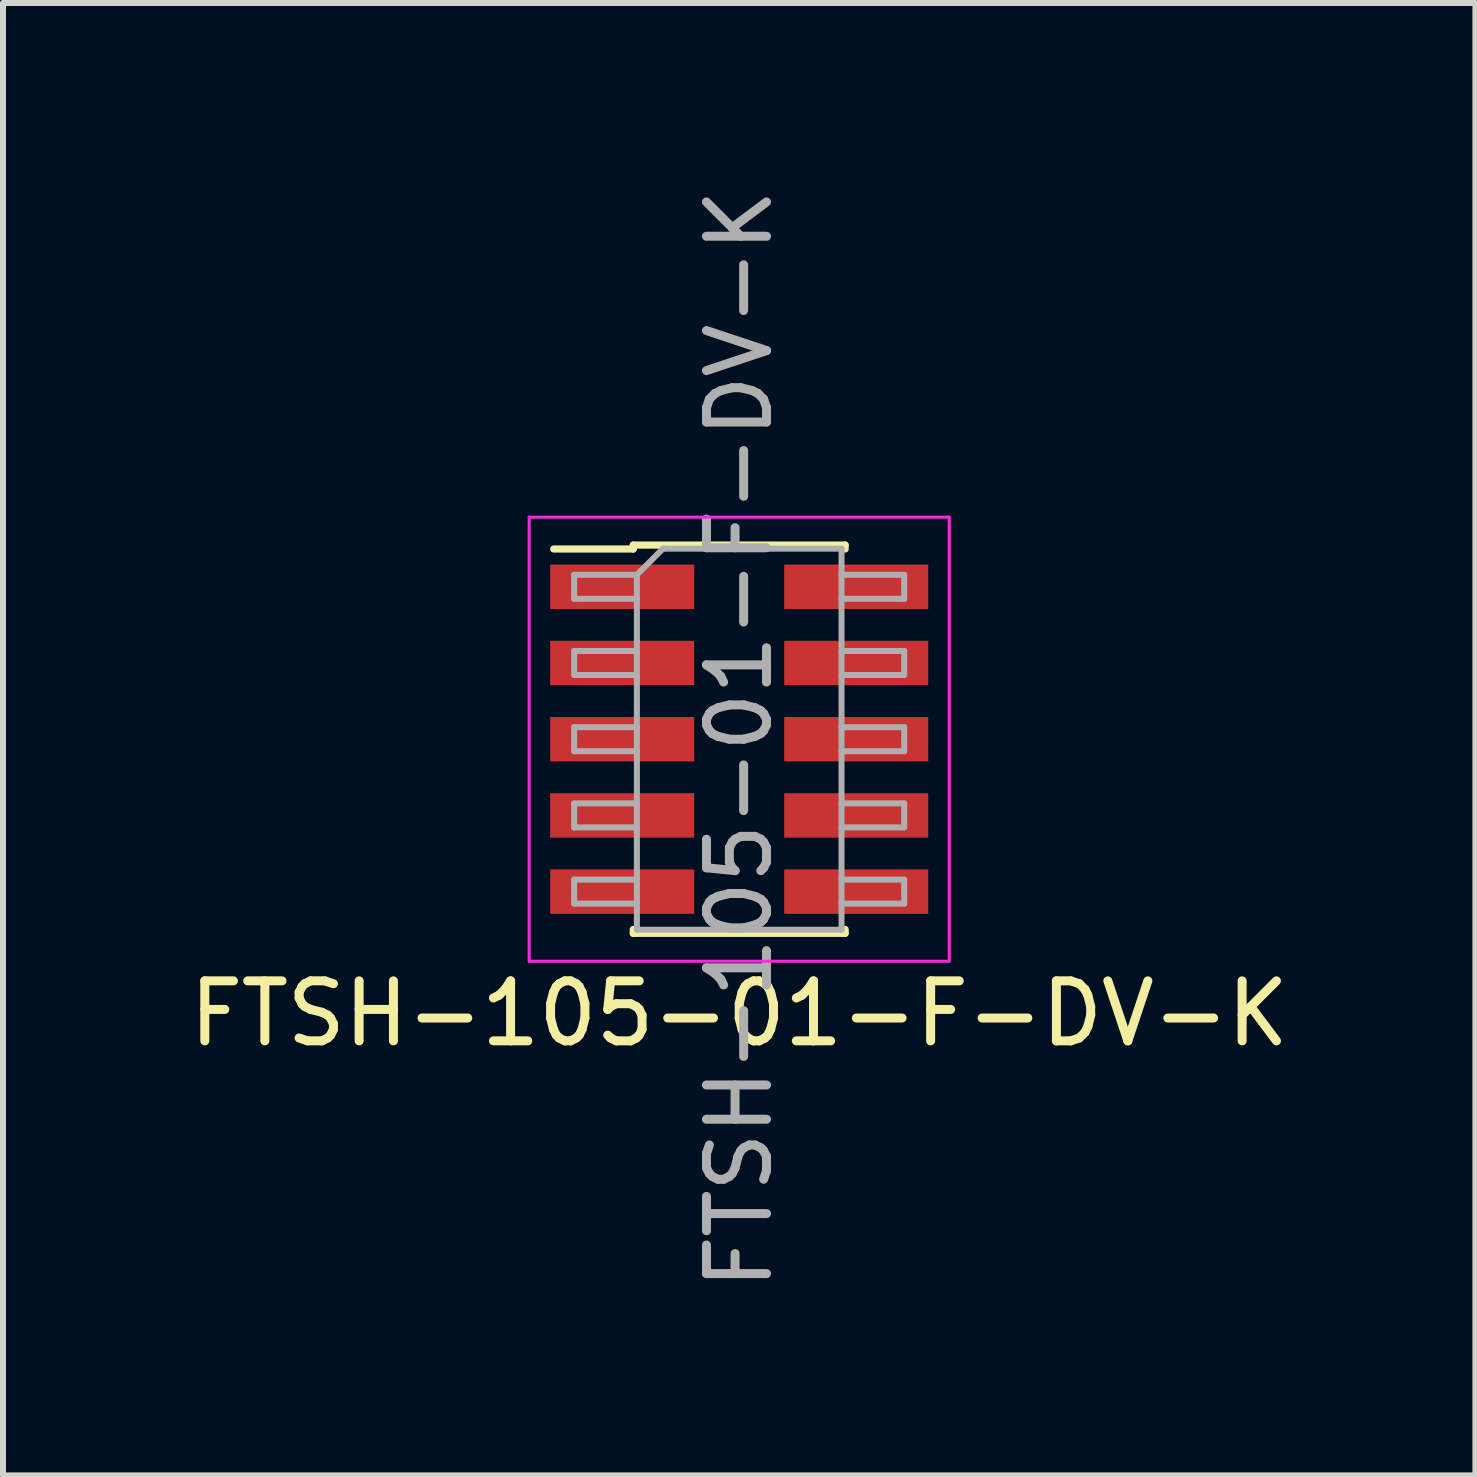
<source format=kicad_pcb>
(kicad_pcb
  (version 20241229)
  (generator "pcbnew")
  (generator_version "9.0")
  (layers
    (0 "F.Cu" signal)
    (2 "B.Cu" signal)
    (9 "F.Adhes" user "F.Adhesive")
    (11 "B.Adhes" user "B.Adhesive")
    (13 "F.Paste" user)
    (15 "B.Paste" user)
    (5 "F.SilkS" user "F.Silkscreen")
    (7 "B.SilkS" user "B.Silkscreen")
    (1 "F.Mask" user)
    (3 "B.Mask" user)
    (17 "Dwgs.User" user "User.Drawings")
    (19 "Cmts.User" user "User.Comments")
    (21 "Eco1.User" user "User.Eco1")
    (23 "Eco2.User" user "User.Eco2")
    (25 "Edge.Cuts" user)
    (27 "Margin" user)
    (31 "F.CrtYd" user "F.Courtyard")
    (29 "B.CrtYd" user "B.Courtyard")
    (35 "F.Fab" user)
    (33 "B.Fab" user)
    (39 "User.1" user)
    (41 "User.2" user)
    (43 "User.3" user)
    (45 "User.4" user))
  (footprint "FTSH-105-01-F-DV-K"
    (layer "F.Cu")
    (at 9.268 9.268)
    (property "Reference" "FTSH-105-01-F-DV-K" (at 0 4.572 0) (unlocked yes) (layer "F.SilkS") (effects (font (size 1 1) (thickness 0.15))))
    (attr smd)
    (fp_line (start -3.09 -3.17) (end -1.765 -3.17) (stroke (width 0.12) (type solid)) (layer "F.SilkS"))
    (fp_line (start -1.765 -3.235) (end -1.765 -3.17) (stroke (width 0.12) (type solid)) (layer "F.SilkS"))
    (fp_line (start -1.765 -3.235) (end 1.765 -3.235) (stroke (width 0.12) (type solid)) (layer "F.SilkS"))
    (fp_line (start -1.765 3.17) (end -1.765 3.235) (stroke (width 0.12) (type solid)) (layer "F.SilkS"))
    (fp_line (start -1.765 3.235) (end 1.765 3.235) (stroke (width 0.12) (type solid)) (layer "F.SilkS"))
    (fp_line (start 1.765 -3.235) (end 1.765 -3.17) (stroke (width 0.12) (type solid)) (layer "F.SilkS"))
    (fp_line (start 1.765 3.17) (end 1.765 3.235) (stroke (width 0.12) (type solid)) (layer "F.SilkS"))
    (fp_line (start -3.5 -3.7) (end -3.5 3.7) (stroke (width 0.05) (type solid)) (layer "F.CrtYd"))
    (fp_line (start -3.5 3.7) (end 3.5 3.7) (stroke (width 0.05) (type solid)) (layer "F.CrtYd"))
    (fp_line (start 3.5 -3.7) (end -3.5 -3.7) (stroke (width 0.05) (type solid)) (layer "F.CrtYd"))
    (fp_line (start 3.5 3.7) (end 3.5 -3.7) (stroke (width 0.05) (type solid)) (layer "F.CrtYd"))
    (fp_line (start -2.75 -2.74) (end -2.75 -2.34) (stroke (width 0.1) (type solid)) (layer "F.Fab"))
    (fp_line (start -2.75 -2.34) (end -1.705 -2.34) (stroke (width 0.1) (type solid)) (layer "F.Fab"))
    (fp_line (start -2.75 -1.47) (end -2.75 -1.07) (stroke (width 0.1) (type solid)) (layer "F.Fab"))
    (fp_line (start -2.75 -1.07) (end -1.705 -1.07) (stroke (width 0.1) (type solid)) (layer "F.Fab"))
    (fp_line (start -2.75 -0.2) (end -2.75 0.2) (stroke (width 0.1) (type solid)) (layer "F.Fab"))
    (fp_line (start -2.75 0.2) (end -1.705 0.2) (stroke (width 0.1) (type solid)) (layer "F.Fab"))
    (fp_line (start -2.75 1.07) (end -2.75 1.47) (stroke (width 0.1) (type solid)) (layer "F.Fab"))
    (fp_line (start -2.75 1.47) (end -1.705 1.47) (stroke (width 0.1) (type solid)) (layer "F.Fab"))
    (fp_line (start -2.75 2.34) (end -2.75 2.74) (stroke (width 0.1) (type solid)) (layer "F.Fab"))
    (fp_line (start -2.75 2.74) (end -1.705 2.74) (stroke (width 0.1) (type solid)) (layer "F.Fab"))
    (fp_line (start -1.705 -2.74) (end -2.75 -2.74) (stroke (width 0.1) (type solid)) (layer "F.Fab"))
    (fp_line (start -1.705 -2.74) (end -1.27 -3.175) (stroke (width 0.1) (type solid)) (layer "F.Fab"))
    (fp_line (start -1.705 -1.47) (end -2.75 -1.47) (stroke (width 0.1) (type solid)) (layer "F.Fab"))
    (fp_line (start -1.705 -0.2) (end -2.75 -0.2) (stroke (width 0.1) (type solid)) (layer "F.Fab"))
    (fp_line (start -1.705 1.07) (end -2.75 1.07) (stroke (width 0.1) (type solid)) (layer "F.Fab"))
    (fp_line (start -1.705 2.34) (end -2.75 2.34) (stroke (width 0.1) (type solid)) (layer "F.Fab"))
    (fp_line (start -1.705 3.175) (end -1.705 -2.74) (stroke (width 0.1) (type solid)) (layer "F.Fab"))
    (fp_line (start -1.27 -3.175) (end 1.705 -3.175) (stroke (width 0.1) (type solid)) (layer "F.Fab"))
    (fp_line (start 1.705 -3.175) (end 1.705 3.175) (stroke (width 0.1) (type solid)) (layer "F.Fab"))
    (fp_line (start 1.705 -2.74) (end 2.75 -2.74) (stroke (width 0.1) (type solid)) (layer "F.Fab"))
    (fp_line (start 1.705 -1.47) (end 2.75 -1.47) (stroke (width 0.1) (type solid)) (layer "F.Fab"))
    (fp_line (start 1.705 -0.2) (end 2.75 -0.2) (stroke (width 0.1) (type solid)) (layer "F.Fab"))
    (fp_line (start 1.705 1.07) (end 2.75 1.07) (stroke (width 0.1) (type solid)) (layer "F.Fab"))
    (fp_line (start 1.705 2.34) (end 2.75 2.34) (stroke (width 0.1) (type solid)) (layer "F.Fab"))
    (fp_line (start 1.705 3.175) (end -1.705 3.175) (stroke (width 0.1) (type solid)) (layer "F.Fab"))
    (fp_line (start 2.75 -2.74) (end 2.75 -2.34) (stroke (width 0.1) (type solid)) (layer "F.Fab"))
    (fp_line (start 2.75 -2.34) (end 1.705 -2.34) (stroke (width 0.1) (type solid)) (layer "F.Fab"))
    (fp_line (start 2.75 -1.47) (end 2.75 -1.07) (stroke (width 0.1) (type solid)) (layer "F.Fab"))
    (fp_line (start 2.75 -1.07) (end 1.705 -1.07) (stroke (width 0.1) (type solid)) (layer "F.Fab"))
    (fp_line (start 2.75 -0.2) (end 2.75 0.2) (stroke (width 0.1) (type solid)) (layer "F.Fab"))
    (fp_line (start 2.75 0.2) (end 1.705 0.2) (stroke (width 0.1) (type solid)) (layer "F.Fab"))
    (fp_line (start 2.75 1.07) (end 2.75 1.47) (stroke (width 0.1) (type solid)) (layer "F.Fab"))
    (fp_line (start 2.75 1.47) (end 1.705 1.47) (stroke (width 0.1) (type solid)) (layer "F.Fab"))
    (fp_line (start 2.75 2.34) (end 2.75 2.74) (stroke (width 0.1) (type solid)) (layer "F.Fab"))
    (fp_line (start 2.75 2.74) (end 1.705 2.74) (stroke (width 0.1) (type solid)) (layer "F.Fab"))
    (fp_text user "${REFERENCE}" (at 0 0 90) (layer "F.Fab") (effects (font (size 1 1) (thickness 0.15))))
    (pad "1" smd rect (at -1.95 -2.54) (size 2.4 0.74) (layers "F.Cu" "F.Mask" "F.Paste"))
    (pad "2" smd rect (at 1.95 -2.54) (size 2.4 0.74) (layers "F.Cu" "F.Mask" "F.Paste"))
    (pad "3" smd rect (at -1.95 -1.27) (size 2.4 0.74) (layers "F.Cu" "F.Mask" "F.Paste"))
    (pad "4" smd rect (at 1.95 -1.27) (size 2.4 0.74) (layers "F.Cu" "F.Mask" "F.Paste"))
    (pad "5" smd rect (at -1.95 0) (size 2.4 0.74) (layers "F.Cu" "F.Mask" "F.Paste"))
    (pad "6" smd rect (at 1.95 0) (size 2.4 0.74) (layers "F.Cu" "F.Mask" "F.Paste"))
    (pad "7" smd rect (at -1.95 1.27) (size 2.4 0.74) (layers "F.Cu" "F.Mask" "F.Paste"))
    (pad "8" smd rect (at 1.95 1.27) (size 2.4 0.74) (layers "F.Cu" "F.Mask" "F.Paste"))
    (pad "9" smd rect (at -1.95 2.54) (size 2.4 0.74) (layers "F.Cu" "F.Mask" "F.Paste"))
    (pad "10" smd rect (at 1.95 2.54) (size 2.4 0.74) (layers "F.Cu" "F.Mask" "F.Paste")))
  (gr_rect
    (start -3 -3)
    (end 21.536 21.536)
    (stroke (width 0.1) (type default))
    (fill no)
    (layer "Edge.Cuts")))
</source>
